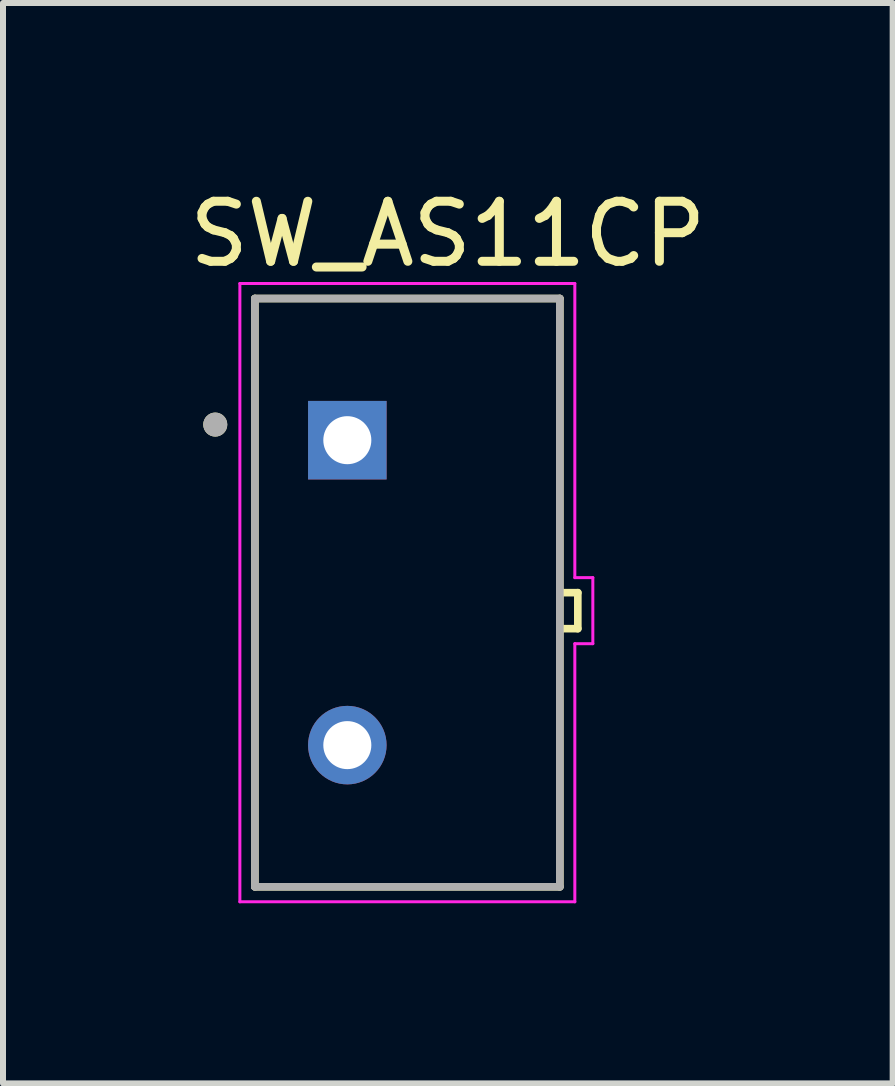
<source format=kicad_pcb>
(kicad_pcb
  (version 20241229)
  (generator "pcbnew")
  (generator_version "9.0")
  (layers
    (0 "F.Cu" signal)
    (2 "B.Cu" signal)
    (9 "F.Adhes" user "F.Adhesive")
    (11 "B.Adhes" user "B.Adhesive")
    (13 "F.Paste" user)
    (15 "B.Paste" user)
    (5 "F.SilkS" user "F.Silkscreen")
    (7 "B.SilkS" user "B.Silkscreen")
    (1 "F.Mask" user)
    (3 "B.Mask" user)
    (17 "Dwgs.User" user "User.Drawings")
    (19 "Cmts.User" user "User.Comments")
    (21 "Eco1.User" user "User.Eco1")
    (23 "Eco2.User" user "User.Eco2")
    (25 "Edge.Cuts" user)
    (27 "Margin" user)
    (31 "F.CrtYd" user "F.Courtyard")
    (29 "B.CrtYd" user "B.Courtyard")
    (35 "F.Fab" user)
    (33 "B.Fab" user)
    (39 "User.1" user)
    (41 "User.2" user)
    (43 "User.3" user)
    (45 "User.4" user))
  (footprint "SW_AS11CP"
    (layer "F.Cu")
    (at 3.736 6.823)
    (property "Reference" "SW_AS11CP" (at 0.675 -5.975 0) (layer "F.SilkS") (effects (font (size 1 1) (thickness 0.15))))
    (attr through_hole)
    (fp_line (start -2.54 -4.9) (end 2.54 -4.9) (stroke (width 0.127) (type solid)) (layer "F.SilkS"))
    (fp_line (start -2.54 4.9) (end -2.54 -4.9) (stroke (width 0.127) (type solid)) (layer "F.SilkS"))
    (fp_line (start 2.54 -4.9) (end 2.54 0) (stroke (width 0.127) (type solid)) (layer "F.SilkS"))
    (fp_line (start 2.54 0) (end 2.54 0.6) (stroke (width 0.127) (type solid)) (layer "F.SilkS"))
    (fp_line (start 2.54 0) (end 2.84 0) (stroke (width 0.127) (type solid)) (layer "F.SilkS"))
    (fp_line (start 2.54 0.6) (end 2.54 4.9) (stroke (width 0.127) (type solid)) (layer "F.SilkS"))
    (fp_line (start 2.54 4.9) (end -2.54 4.9) (stroke (width 0.127) (type solid)) (layer "F.SilkS"))
    (fp_line (start 2.84 0) (end 2.84 0.6) (stroke (width 0.127) (type solid)) (layer "F.SilkS"))
    (fp_line (start 2.84 0.6) (end 2.54 0.6) (stroke (width 0.127) (type solid)) (layer "F.SilkS"))
    (fp_circle (center -3.2 -2.8) (end -3.1 -2.8) (stroke (width 0.2) (type solid)) (fill no) (layer "F.SilkS"))
    (fp_line (start -2.79 -5.15) (end 2.79 -5.15) (stroke (width 0.05) (type solid)) (layer "F.CrtYd"))
    (fp_line (start -2.79 5.15) (end -2.79 -5.15) (stroke (width 0.05) (type solid)) (layer "F.CrtYd"))
    (fp_line (start 2.79 -5.15) (end 2.79 -0.25) (stroke (width 0.05) (type solid)) (layer "F.CrtYd"))
    (fp_line (start 2.79 -0.25) (end 3.09 -0.25) (stroke (width 0.05) (type solid)) (layer "F.CrtYd"))
    (fp_line (start 2.79 0.85) (end 2.79 5.15) (stroke (width 0.05) (type solid)) (layer "F.CrtYd"))
    (fp_line (start 2.79 5.15) (end -2.79 5.15) (stroke (width 0.05) (type solid)) (layer "F.CrtYd"))
    (fp_line (start 3.09 -0.25) (end 3.09 0.85) (stroke (width 0.05) (type solid)) (layer "F.CrtYd"))
    (fp_line (start 3.09 0.85) (end 2.79 0.85) (stroke (width 0.05) (type solid)) (layer "F.CrtYd"))
    (fp_line (start -2.54 -4.9) (end 2.54 -4.9) (stroke (width 0.127) (type solid)) (layer "F.Fab"))
    (fp_line (start -2.54 4.9) (end -2.54 -4.9) (stroke (width 0.127) (type solid)) (layer "F.Fab"))
    (fp_line (start 2.54 -4.9) (end 2.54 4.9) (stroke (width 0.127) (type solid)) (layer "F.Fab"))
    (fp_line (start 2.54 4.9) (end -2.54 4.9) (stroke (width 0.127) (type solid)) (layer "F.Fab"))
    (fp_circle (center -3.2 -2.8) (end -3.1 -2.8) (stroke (width 0.2) (type solid)) (fill no) (layer "F.Fab"))
    (pad "1" thru_hole rect (at -1 -2.54) (size 1.308 1.308) (drill 0.8) (layers "*.Cu" "*.Mask"))
    (pad "3" thru_hole circle (at -1 2.54) (size 1.308 1.308) (drill 0.8) (layers "*.Cu" "*.Mask")))
  (gr_rect
    (start -3 -3)
    (end 11.821 14.998)
    (stroke (width 0.1) (type default))
    (fill no)
    (layer "Edge.Cuts")))
</source>
